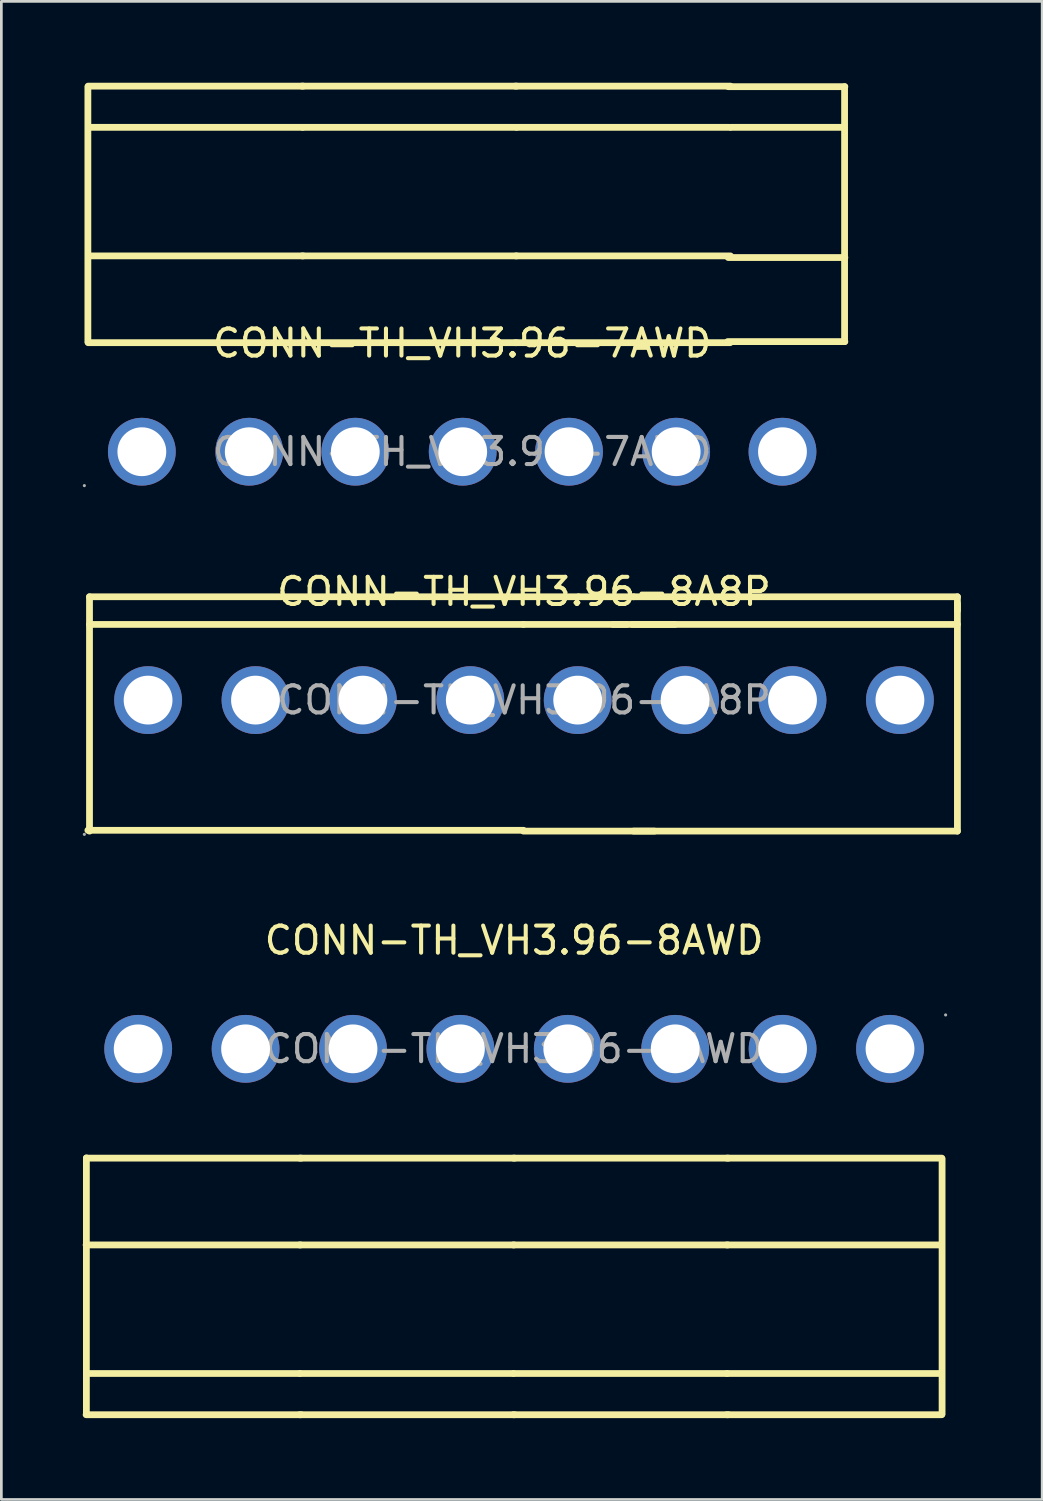
<source format=kicad_pcb>
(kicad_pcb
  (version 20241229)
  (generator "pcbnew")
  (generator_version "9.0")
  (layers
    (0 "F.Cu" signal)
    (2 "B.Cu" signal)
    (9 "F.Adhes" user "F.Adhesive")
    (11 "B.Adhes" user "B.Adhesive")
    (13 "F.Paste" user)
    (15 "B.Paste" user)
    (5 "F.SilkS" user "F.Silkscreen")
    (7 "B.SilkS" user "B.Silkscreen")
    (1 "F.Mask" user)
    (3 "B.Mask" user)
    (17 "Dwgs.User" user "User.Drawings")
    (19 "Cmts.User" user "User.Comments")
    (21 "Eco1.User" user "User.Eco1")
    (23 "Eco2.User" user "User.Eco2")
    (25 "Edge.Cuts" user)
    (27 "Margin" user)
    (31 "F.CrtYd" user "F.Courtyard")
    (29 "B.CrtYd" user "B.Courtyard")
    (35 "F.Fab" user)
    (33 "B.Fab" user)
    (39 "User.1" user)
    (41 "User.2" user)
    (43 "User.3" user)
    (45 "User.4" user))
  (footprint "CONN-TH_VH3.96-7AWD"
    (layer "F.Cu")
    (at 13.99 13.605)
    (property "Reference" "CONN-TH_VH3.96-7AWD" (at 0 -4 0) (layer "F.SilkS") (effects (font (size 1 1) (thickness 0.15))))
    (attr through_hole)
    (fp_line (start -13.8 -13.45) (end -13.8 -4.05) (stroke (width 0.25) (type solid)) (layer "F.SilkS"))
    (fp_line (start -13.79 -4.02) (end -5.88 -4.02) (stroke (width 0.25) (type solid)) (layer "F.SilkS"))
    (fp_line (start -13.77 -7.22) (end -5.86 -7.22) (stroke (width 0.25) (type solid)) (layer "F.SilkS"))
    (fp_line (start -13.74 -11.96) (end -5.88 -11.96) (stroke (width 0.25) (type solid)) (layer "F.SilkS"))
    (fp_line (start -5.92 -4.02) (end 2 -4.02) (stroke (width 0.25) (type solid)) (layer "F.SilkS"))
    (fp_line (start -5.9 -7.22) (end 2.01 -7.22) (stroke (width 0.25) (type solid)) (layer "F.SilkS"))
    (fp_line (start -5.88 -11.96) (end 2 -11.96) (stroke (width 0.25) (type solid)) (layer "F.SilkS"))
    (fp_line (start -5.86 -13.48) (end -13.79 -13.48) (stroke (width 0.25) (type solid)) (layer "F.SilkS"))
    (fp_line (start 1.96 -4.02) (end 9.88 -4.02) (stroke (width 0.25) (type solid)) (layer "F.SilkS"))
    (fp_line (start 1.98 -7.22) (end 9.89 -7.22) (stroke (width 0.25) (type solid)) (layer "F.SilkS"))
    (fp_line (start 2.01 -13.48) (end -5.91 -13.48) (stroke (width 0.25) (type solid)) (layer "F.SilkS"))
    (fp_line (start 2.01 -11.96) (end 9.88 -11.96) (stroke (width 0.25) (type solid)) (layer "F.SilkS"))
    (fp_line (start 9.79 -4.06) (end 14.11 -4.06) (stroke (width 0.25) (type solid)) (layer "F.SilkS"))
    (fp_line (start 9.81 -13.46) (end 14.11 -13.46) (stroke (width 0.25) (type solid)) (layer "F.SilkS"))
    (fp_line (start 9.81 -7.16) (end 14.11 -7.16) (stroke (width 0.25) (type solid)) (layer "F.SilkS"))
    (fp_line (start 9.89 -13.48) (end 1.96 -13.48) (stroke (width 0.25) (type solid)) (layer "F.SilkS"))
    (fp_line (start 9.91 -11.96) (end 14.01 -11.96) (stroke (width 0.25) (type solid)) (layer "F.SilkS"))
    (fp_line (start 14.1 -13.46) (end 14.1 -4.06) (stroke (width 0.25) (type solid)) (layer "F.SilkS"))
    (fp_circle (center -13.93 1.25) (end -13.9 1.25) (stroke (width 0.06) (type solid)) (fill no) (layer "F.Fab"))
    (fp_circle (center -11.81 0) (end -11.41 0) (stroke (width 0.8) (type solid)) (fill no) (layer "F.Fab"))
    (fp_circle (center -7.85 0) (end -7.45 0) (stroke (width 0.8) (type solid)) (fill no) (layer "F.Fab"))
    (fp_circle (center -3.94 0) (end -3.54 0) (stroke (width 0.8) (type solid)) (fill no) (layer "F.Fab"))
    (fp_circle (center 0.02 0) (end 0.42 0) (stroke (width 0.8) (type solid)) (fill no) (layer "F.Fab"))
    (fp_circle (center 3.94 0) (end 4.34 0) (stroke (width 0.8) (type solid)) (fill no) (layer "F.Fab"))
    (fp_circle (center 7.89 0) (end 8.29 0) (stroke (width 0.8) (type solid)) (fill no) (layer "F.Fab"))
    (fp_circle (center 11.81 0) (end 12.21 0) (stroke (width 0.8) (type solid)) (fill no) (layer "F.Fab"))
    (fp_text user "${REFERENCE}" (at 0 0 0) (layer "F.Fab") (effects (font (size 1 1) (thickness 0.15))))
    (pad "1" thru_hole circle (at -11.81 0) (size 2.5 2.5) (drill 1.8) (layers "*.Cu" "*.Paste" "*.Mask"))
    (pad "2" thru_hole circle (at -7.85 0) (size 2.5 2.5) (drill 1.8) (layers "*.Cu" "*.Paste" "*.Mask"))
    (pad "3" thru_hole circle (at -3.94 0) (size 2.5 2.5) (drill 1.8) (layers "*.Cu" "*.Paste" "*.Mask"))
    (pad "4" thru_hole circle (at 0.02 0) (size 2.5 2.5) (drill 1.8) (layers "*.Cu" "*.Paste" "*.Mask"))
    (pad "5" thru_hole circle (at 3.94 0) (size 2.5 2.5) (drill 1.8) (layers "*.Cu" "*.Paste" "*.Mask"))
    (pad "6" thru_hole circle (at 7.89 0) (size 2.5 2.5) (drill 1.8) (layers "*.Cu" "*.Paste" "*.Mask"))
    (pad "7" thru_hole circle (at 11.81 0) (size 2.5 2.5) (drill 1.8) (layers "*.Cu" "*.Paste" "*.Mask")))
  (footprint "CONN-TH_VH3.96-8AWD"
    (layer "F.Cu")
    (at 15.905 35.621)
    (property "Reference" "CONN-TH_VH3.96-8AWD" (at 0 -4 0) (layer "F.SilkS") (effects (font (size 1 1) (thickness 0.15))))
    (attr through_hole)
    (fp_line (start -15.78 13.49) (end -7.85 13.49) (stroke (width 0.25) (type solid)) (layer "F.SilkS"))
    (fp_line (start -15.77 13.42) (end -15.77 4.02) (stroke (width 0.25) (type solid)) (layer "F.SilkS"))
    (fp_line (start -7.91 13.49) (end 0.02 13.49) (stroke (width 0.25) (type solid)) (layer "F.SilkS"))
    (fp_line (start -7.9 11.97) (end -15.77 11.97) (stroke (width 0.25) (type solid)) (layer "F.SilkS"))
    (fp_line (start -7.87 7.23) (end -15.78 7.23) (stroke (width 0.25) (type solid)) (layer "F.SilkS"))
    (fp_line (start -7.85 4.03) (end -15.77 4.03) (stroke (width 0.25) (type solid)) (layer "F.SilkS"))
    (fp_line (start -0.03 11.97) (end -7.9 11.97) (stroke (width 0.25) (type solid)) (layer "F.SilkS"))
    (fp_line (start -0.03 13.49) (end 7.9 13.49) (stroke (width 0.25) (type solid)) (layer "F.SilkS"))
    (fp_line (start 0 7.23) (end -7.91 7.23) (stroke (width 0.25) (type solid)) (layer "F.SilkS"))
    (fp_line (start 0.02 4.03) (end -7.9 4.03) (stroke (width 0.25) (type solid)) (layer "F.SilkS"))
    (fp_line (start 7.84 13.49) (end 15.77 13.49) (stroke (width 0.25) (type solid)) (layer "F.SilkS"))
    (fp_line (start 7.85 11.97) (end -0.02 11.97) (stroke (width 0.25) (type solid)) (layer "F.SilkS"))
    (fp_line (start 7.88 7.23) (end -0.03 7.23) (stroke (width 0.25) (type solid)) (layer "F.SilkS"))
    (fp_line (start 7.9 4.03) (end -0.02 4.03) (stroke (width 0.25) (type solid)) (layer "F.SilkS"))
    (fp_line (start 15.72 11.97) (end 7.85 11.97) (stroke (width 0.25) (type solid)) (layer "F.SilkS"))
    (fp_line (start 15.75 7.23) (end 7.84 7.23) (stroke (width 0.25) (type solid)) (layer "F.SilkS"))
    (fp_line (start 15.77 4.03) (end 7.85 4.03) (stroke (width 0.25) (type solid)) (layer "F.SilkS"))
    (fp_line (start 15.78 13.46) (end 15.78 4.06) (stroke (width 0.25) (type solid)) (layer "F.SilkS"))
    (fp_circle (center -13.86 0) (end -13.46 0) (stroke (width 0.8) (type solid)) (fill no) (layer "F.Fab"))
    (fp_circle (center -9.9 0) (end -9.5 0) (stroke (width 0.8) (type solid)) (fill no) (layer "F.Fab"))
    (fp_circle (center -5.94 0) (end -5.54 0) (stroke (width 0.8) (type solid)) (fill no) (layer "F.Fab"))
    (fp_circle (center -1.98 0) (end -1.58 0) (stroke (width 0.8) (type solid)) (fill no) (layer "F.Fab"))
    (fp_circle (center 1.98 0) (end 2.38 0) (stroke (width 0.8) (type solid)) (fill no) (layer "F.Fab"))
    (fp_circle (center 5.94 0) (end 6.34 0) (stroke (width 0.8) (type solid)) (fill no) (layer "F.Fab"))
    (fp_circle (center 9.9 0) (end 10.3 0) (stroke (width 0.8) (type solid)) (fill no) (layer "F.Fab"))
    (fp_circle (center 13.86 0) (end 14.26 0) (stroke (width 0.8) (type solid)) (fill no) (layer "F.Fab"))
    (fp_circle (center 15.91 -1.25) (end 15.94 -1.25) (stroke (width 0.06) (type solid)) (fill no) (layer "F.Fab"))
    (fp_text user "${REFERENCE}" (at 0 0 0) (layer "F.Fab") (effects (font (size 1 1) (thickness 0.15))))
    (pad "1" thru_hole circle (at 13.86 0 180) (size 2.5 2.5) (drill 1.8) (layers "*.Cu" "*.Paste" "*.Mask"))
    (pad "2" thru_hole circle (at 9.9 0 180) (size 2.5 2.5) (drill 1.8) (layers "*.Cu" "*.Paste" "*.Mask"))
    (pad "3" thru_hole circle (at 5.94 0 180) (size 2.5 2.5) (drill 1.8) (layers "*.Cu" "*.Paste" "*.Mask"))
    (pad "4" thru_hole circle (at 1.98 0 180) (size 2.5 2.5) (drill 1.8) (layers "*.Cu" "*.Paste" "*.Mask"))
    (pad "5" thru_hole circle (at -1.98 0 180) (size 2.5 2.5) (drill 1.8) (layers "*.Cu" "*.Paste" "*.Mask"))
    (pad "6" thru_hole circle (at -5.94 0 180) (size 2.5 2.5) (drill 1.8) (layers "*.Cu" "*.Paste" "*.Mask"))
    (pad "7" thru_hole circle (at -9.9 0 180) (size 2.5 2.5) (drill 1.8) (layers "*.Cu" "*.Paste" "*.Mask"))
    (pad "8" thru_hole circle (at -13.86 0 180) (size 2.5 2.5) (drill 1.8) (layers "*.Cu" "*.Paste" "*.Mask")))
  (footprint "CONN-TH_VH3.96-8A8P"
    (layer "F.Cu")
    (at 16.27 22.763)
    (property "Reference" "CONN-TH_VH3.96-8A8P" (at 0 -4 0) (layer "F.SilkS") (effects (font (size 1 1) (thickness 0.15))))
    (attr through_hole)
    (fp_line (start -16.08 4.8) (end -0.02 4.8) (stroke (width 0.25) (type solid)) (layer "F.SilkS"))
    (fp_line (start -16.02 -3.81) (end -16.02 4.83) (stroke (width 0.25) (type solid)) (layer "F.SilkS"))
    (fp_line (start -16.02 -2.79) (end -0.02 -2.79) (stroke (width 0.25) (type solid)) (layer "F.SilkS"))
    (fp_line (start -0.02 -3.81) (end -16.02 -3.81) (stroke (width 0.25) (type solid)) (layer "F.SilkS"))
    (fp_line (start -0.02 -3.81) (end 2.01 -3.81) (stroke (width 0.25) (type solid)) (layer "F.SilkS"))
    (fp_line (start -0.02 -2.79) (end 3.79 -2.79) (stroke (width 0.25) (type solid)) (layer "F.SilkS"))
    (fp_line (start -0.02 4.83) (end 4.81 4.83) (stroke (width 0.25) (type solid)) (layer "F.SilkS"))
    (fp_line (start 2.01 -3.81) (end 4.04 -3.81) (stroke (width 0.25) (type solid)) (layer "F.SilkS"))
    (fp_line (start 3.28 -2.79) (end 5.57 -2.79) (stroke (width 0.25) (type solid)) (layer "F.SilkS"))
    (fp_line (start 3.99 -2.79) (end 15.98 -2.79) (stroke (width 0.25) (type solid)) (layer "F.SilkS"))
    (fp_line (start 4.04 -3.81) (end 15.98 -3.81) (stroke (width 0.25) (type solid)) (layer "F.SilkS"))
    (fp_line (start 15.98 -3.81) (end 15.98 -3.3) (stroke (width 0.25) (type solid)) (layer "F.SilkS"))
    (fp_line (start 15.98 4.83) (end 4.04 4.83) (stroke (width 0.25) (type solid)) (layer "F.SilkS"))
    (fp_line (start 15.98 4.83) (end 15.98 -3.56) (stroke (width 0.25) (type solid)) (layer "F.SilkS"))
    (fp_circle (center -16.21 4.95) (end -16.18 4.95) (stroke (width 0.06) (type solid)) (fill no) (layer "F.Fab"))
    (fp_circle (center -13.86 0) (end -13.46 0) (stroke (width 0.8) (type solid)) (fill no) (layer "F.Fab"))
    (fp_circle (center -9.9 0) (end -9.5 0) (stroke (width 0.8) (type solid)) (fill no) (layer "F.Fab"))
    (fp_circle (center -5.94 0) (end -5.54 0) (stroke (width 0.8) (type solid)) (fill no) (layer "F.Fab"))
    (fp_circle (center -1.98 0) (end -1.58 0) (stroke (width 0.8) (type solid)) (fill no) (layer "F.Fab"))
    (fp_circle (center 1.98 0) (end 2.38 0) (stroke (width 0.8) (type solid)) (fill no) (layer "F.Fab"))
    (fp_circle (center 5.94 0) (end 6.34 0) (stroke (width 0.8) (type solid)) (fill no) (layer "F.Fab"))
    (fp_circle (center 9.9 0) (end 10.3 0) (stroke (width 0.8) (type solid)) (fill no) (layer "F.Fab"))
    (fp_circle (center 13.86 0) (end 14.26 0) (stroke (width 0.8) (type solid)) (fill no) (layer "F.Fab"))
    (fp_text user "${REFERENCE}" (at 0 0 0) (layer "F.Fab") (effects (font (size 1 1) (thickness 0.15))))
    (pad "1" thru_hole circle (at -13.86 0) (size 2.5 2.5) (drill 1.8) (layers "*.Cu" "*.Paste" "*.Mask"))
    (pad "2" thru_hole circle (at -9.9 0) (size 2.5 2.5) (drill 1.8) (layers "*.Cu" "*.Paste" "*.Mask"))
    (pad "3" thru_hole circle (at -5.94 0) (size 2.5 2.5) (drill 1.8) (layers "*.Cu" "*.Paste" "*.Mask"))
    (pad "4" thru_hole circle (at -1.98 0) (size 2.5 2.5) (drill 1.8) (layers "*.Cu" "*.Paste" "*.Mask"))
    (pad "5" thru_hole circle (at 1.98 0) (size 2.5 2.5) (drill 1.8) (layers "*.Cu" "*.Paste" "*.Mask"))
    (pad "6" thru_hole circle (at 5.94 0) (size 2.5 2.5) (drill 1.8) (layers "*.Cu" "*.Paste" "*.Mask"))
    (pad "7" thru_hole circle (at 9.9 0) (size 2.5 2.5) (drill 1.8) (layers "*.Cu" "*.Paste" "*.Mask"))
    (pad "8" thru_hole circle (at 13.86 0) (size 2.5 2.5) (drill 1.8) (layers "*.Cu" "*.Paste" "*.Mask")))
  (gr_rect
    (start -3 -3)
    (end 35.375 52.236)
    (stroke (width 0.1) (type default))
    (fill no)
    (layer "Edge.Cuts")))
</source>
